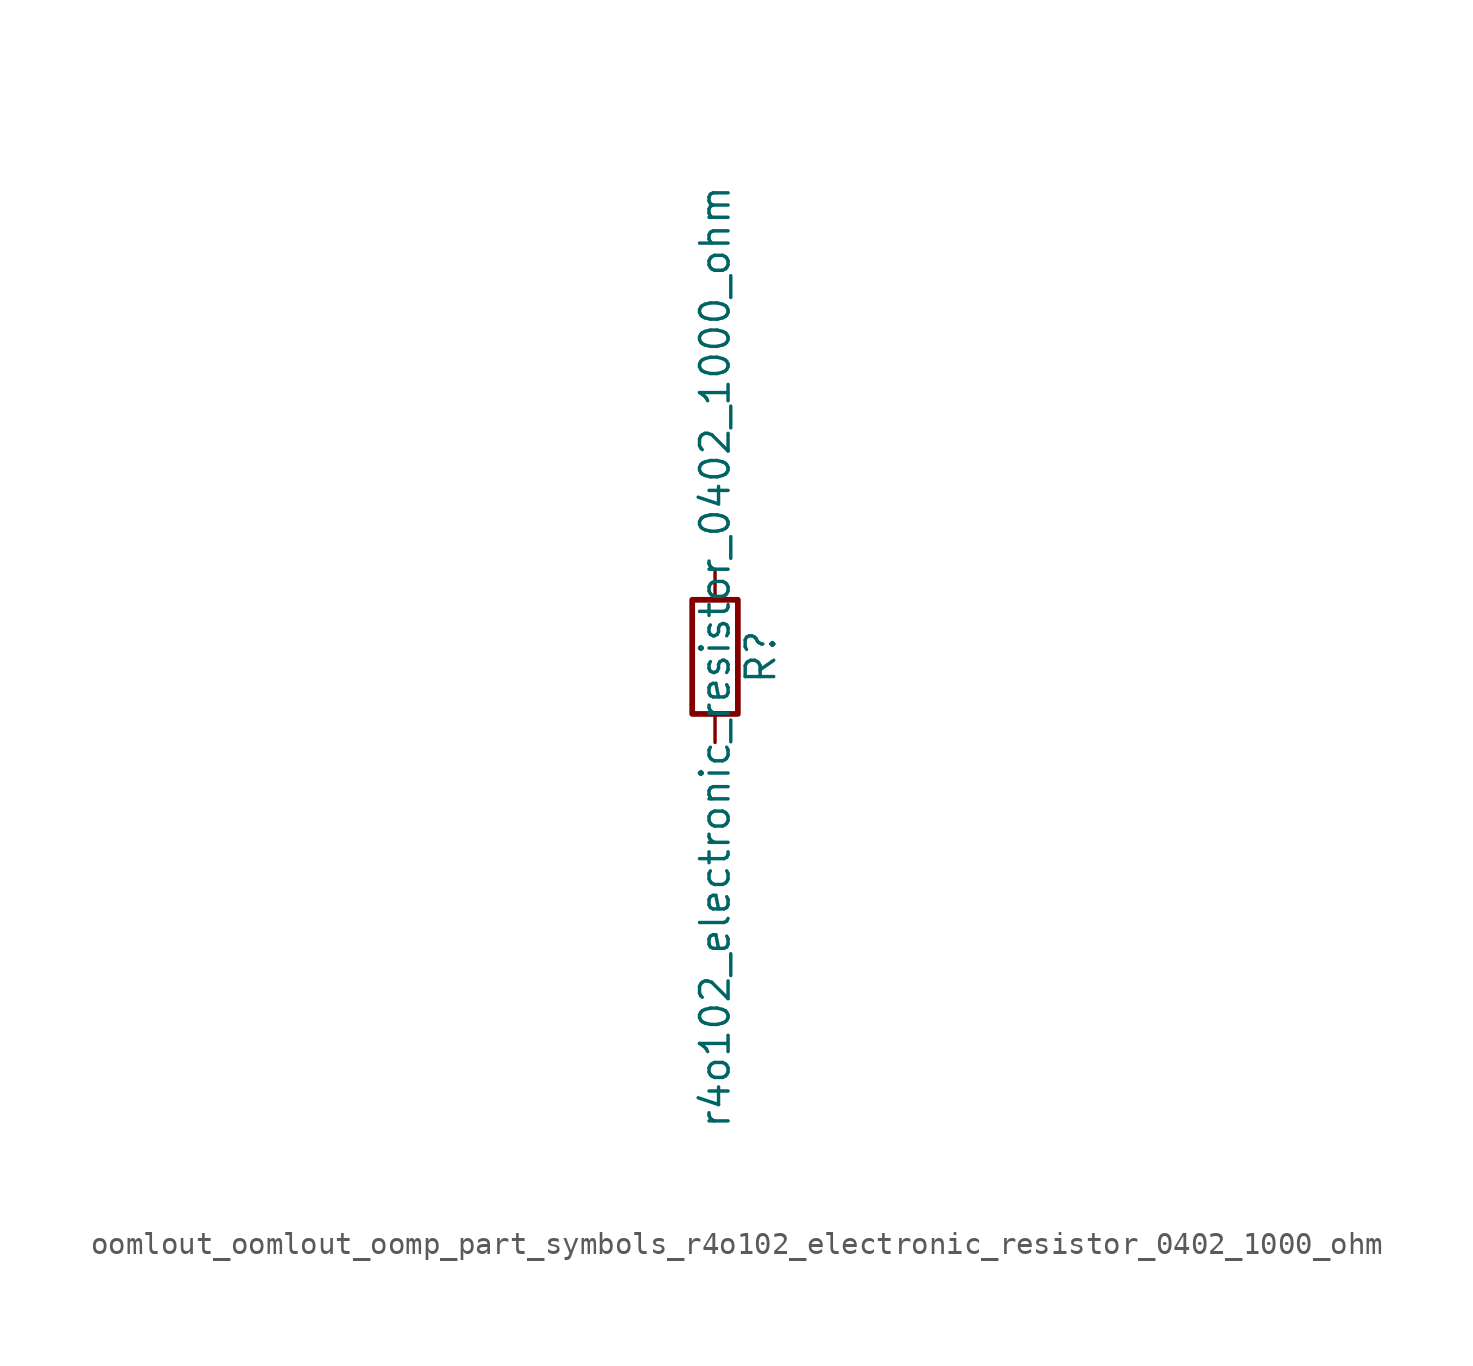
<source format=kicad_sym>
(kicad_symbol_lib
  (version 20220914)
  (generator kicad_symbol_editor)
  (symbol "oomlout_oomlout_oomp_part_symbols_r4o102_electronic_resistor_0402_1000_ohm"
    (pin_numbers hide)
    (pin_names
      (offset 0))
    (property "Reference" "R"
      (at 2.032 0 90)
      (effects (font (size 1.27 1.27))))
    (property "Value" "r4o102_electronic_resistor_0402_1000_ohm"
      (at 0 0 90)
      (effects (font (size 1.27 1.27))))
    (symbol "oomlout_oomlout_oomp_part_symbols_r4o102_electronic_resistor_0402_1000_ohm_0_1"
      (rectangle (start -1.016 -2.54) (end 1.016 2.54) (stroke (width 0.254) (type default)) (fill (type none))))
    (symbol "oomlout_oomlout_oomp_part_symbols_r4o102_electronic_resistor_0402_1000_ohm_1_1"
      (pin passive line (at 0 3.81 270) (length 1.27) (name "~" (effects (font (size 1.27 1.27)))) (number "1" (effects (font (size 1.27 1.27)))))
      (pin passive line (at 0 -3.81 90) (length 1.27) (name "~" (effects (font (size 1.27 1.27)))) (number "2" (effects (font (size 1.27 1.27))))))))
</source>
